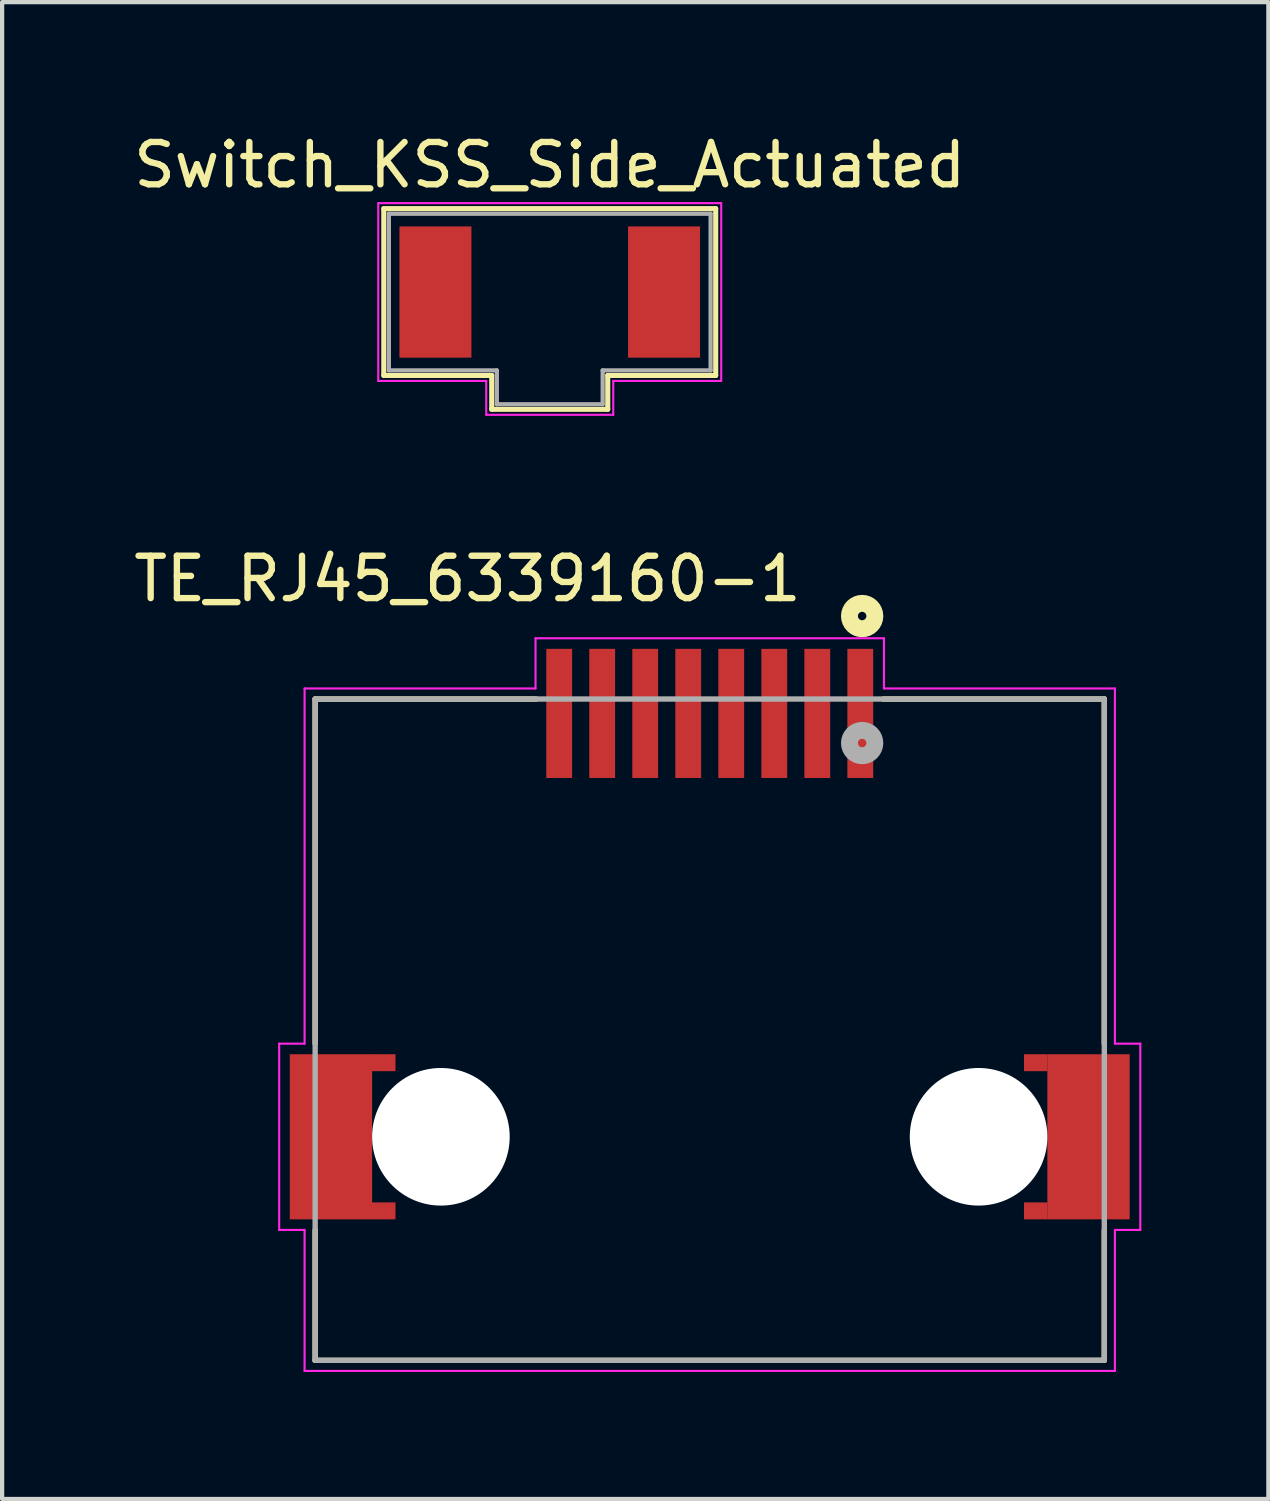
<source format=kicad_pcb>
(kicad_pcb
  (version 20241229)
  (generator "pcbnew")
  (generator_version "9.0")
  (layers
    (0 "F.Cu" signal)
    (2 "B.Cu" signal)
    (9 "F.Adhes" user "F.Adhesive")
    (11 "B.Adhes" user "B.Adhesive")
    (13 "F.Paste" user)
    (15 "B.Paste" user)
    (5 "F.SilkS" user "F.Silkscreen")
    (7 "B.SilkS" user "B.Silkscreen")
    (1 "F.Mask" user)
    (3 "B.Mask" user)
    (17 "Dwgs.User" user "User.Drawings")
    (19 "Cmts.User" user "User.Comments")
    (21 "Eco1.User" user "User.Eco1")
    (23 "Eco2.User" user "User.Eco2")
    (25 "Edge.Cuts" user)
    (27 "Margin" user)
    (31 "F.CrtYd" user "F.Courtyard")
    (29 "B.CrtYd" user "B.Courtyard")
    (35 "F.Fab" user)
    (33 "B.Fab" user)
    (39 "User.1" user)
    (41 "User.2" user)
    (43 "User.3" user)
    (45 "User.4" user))
  (footprint "TE_RJ45_6339160-1"
    (layer "F.Cu")
    (at 13.714 13.801)
    (property "Reference" "TE_RJ45_6339160-1" (at -5.722 -3.179 0) (layer "F.SilkS") (effects (font (size 1.001 1.001) (thickness 0.15))))
    (attr smd)
    (fp_line (start -9.32 -0.34) (end -4.1 -0.34) (stroke (width 0.127) (type solid)) (layer "F.SilkS"))
    (fp_line (start -9.32 7.8) (end -9.32 -0.34) (stroke (width 0.127) (type solid)) (layer "F.SilkS"))
    (fp_line (start -9.32 15.28) (end -9.32 12.2) (stroke (width 0.127) (type solid)) (layer "F.SilkS"))
    (fp_line (start 4.1 -0.34) (end 9.32 -0.34) (stroke (width 0.127) (type solid)) (layer "F.SilkS"))
    (fp_line (start 9.32 -0.34) (end 9.32 7.8) (stroke (width 0.127) (type solid)) (layer "F.SilkS"))
    (fp_line (start 9.32 12.2) (end 9.32 15.28) (stroke (width 0.127) (type solid)) (layer "F.SilkS"))
    (fp_line (start 9.32 15.28) (end -9.32 15.28) (stroke (width 0.127) (type solid)) (layer "F.SilkS"))
    (fp_circle (center 3.6 -2.3) (end 3.7 -2.3) (stroke (width 0.4) (type solid)) (fill no) (layer "F.SilkS"))
    (fp_line (start -10.17 7.8) (end -9.57 7.8) (stroke (width 0.05) (type solid)) (layer "F.CrtYd"))
    (fp_line (start -10.17 12.2) (end -10.17 7.8) (stroke (width 0.05) (type solid)) (layer "F.CrtYd"))
    (fp_line (start -9.57 -0.59) (end -4.115 -0.59) (stroke (width 0.05) (type solid)) (layer "F.CrtYd"))
    (fp_line (start -9.57 7.8) (end -9.57 -0.59) (stroke (width 0.05) (type solid)) (layer "F.CrtYd"))
    (fp_line (start -9.57 12.2) (end -10.17 12.2) (stroke (width 0.05) (type solid)) (layer "F.CrtYd"))
    (fp_line (start -9.57 15.53) (end -9.57 12.2) (stroke (width 0.05) (type solid)) (layer "F.CrtYd"))
    (fp_line (start -4.115 -1.775) (end 4.115 -1.775) (stroke (width 0.05) (type solid)) (layer "F.CrtYd"))
    (fp_line (start -4.115 -0.59) (end -4.115 -1.775) (stroke (width 0.05) (type solid)) (layer "F.CrtYd"))
    (fp_line (start 4.115 -1.775) (end 4.115 -0.59) (stroke (width 0.05) (type solid)) (layer "F.CrtYd"))
    (fp_line (start 4.115 -0.59) (end 9.57 -0.59) (stroke (width 0.05) (type solid)) (layer "F.CrtYd"))
    (fp_line (start 9.57 -0.59) (end 9.57 7.8) (stroke (width 0.05) (type solid)) (layer "F.CrtYd"))
    (fp_line (start 9.57 7.8) (end 10.17 7.8) (stroke (width 0.05) (type solid)) (layer "F.CrtYd"))
    (fp_line (start 9.57 12.2) (end 9.57 15.53) (stroke (width 0.05) (type solid)) (layer "F.CrtYd"))
    (fp_line (start 9.57 15.53) (end -9.57 15.53) (stroke (width 0.05) (type solid)) (layer "F.CrtYd"))
    (fp_line (start 10.17 7.8) (end 10.17 12.2) (stroke (width 0.05) (type solid)) (layer "F.CrtYd"))
    (fp_line (start 10.17 12.2) (end 9.57 12.2) (stroke (width 0.05) (type solid)) (layer "F.CrtYd"))
    (fp_line (start -9.32 -0.34) (end 9.32 -0.34) (stroke (width 0.127) (type solid)) (layer "F.Fab"))
    (fp_line (start -9.32 15.28) (end -9.32 -0.34) (stroke (width 0.127) (type solid)) (layer "F.Fab"))
    (fp_line (start 9.32 -0.34) (end 9.32 15.28) (stroke (width 0.127) (type solid)) (layer "F.Fab"))
    (fp_line (start 9.32 15.28) (end -9.32 15.28) (stroke (width 0.127) (type solid)) (layer "F.Fab"))
    (fp_circle (center 3.6 0.7) (end 3.7 0.7) (stroke (width 0.4) (type solid)) (fill no) (layer "F.Fab"))
    (pad "" np_thru_hole circle (at -6.35 10) (size 3.25 3.25) (drill 3.25) (layers "*.Cu" "*.Mask"))
    (pad "" np_thru_hole circle (at 6.35 10) (size 3.25 3.25) (drill 3.25) (layers "*.Cu" "*.Mask"))
    (pad "1" smd rect (at 3.556 0) (size 0.61 3.05) (layers "F.Cu" "F.Mask" "F.Paste"))
    (pad "2" smd rect (at 2.54 0) (size 0.61 3.05) (layers "F.Cu" "F.Mask" "F.Paste"))
    (pad "3" smd rect (at 1.524 0) (size 0.61 3.05) (layers "F.Cu" "F.Mask" "F.Paste"))
    (pad "4" smd rect (at 0.508 0) (size 0.61 3.05) (layers "F.Cu" "F.Mask" "F.Paste"))
    (pad "5" smd rect (at -0.508 0) (size 0.61 3.05) (layers "F.Cu" "F.Mask" "F.Paste"))
    (pad "6" smd rect (at -1.524 0) (size 0.61 3.05) (layers "F.Cu" "F.Mask" "F.Paste"))
    (pad "7" smd rect (at -2.54 0) (size 0.61 3.05) (layers "F.Cu" "F.Mask" "F.Paste"))
    (pad "8" smd rect (at -3.556 0) (size 0.61 3.05) (layers "F.Cu" "F.Mask" "F.Paste"))
    (pad "SH1" smd rect (at -8.947 10) (size 1.945 3.9) (layers "F.Cu" "F.Mask" "F.Paste"))
    (pad "SH1_1" smd rect (at -7.7 8.25) (size 0.555 0.4) (layers "F.Cu" "F.Mask" "F.Paste"))
    (pad "SH1_2" smd rect (at -7.7 11.75) (size 0.555 0.4) (layers "F.Cu" "F.Mask" "F.Paste"))
    (pad "SH2" smd rect (at 8.947 10) (size 1.945 3.9) (layers "F.Cu" "F.Mask" "F.Paste"))
    (pad "SH2_1" smd rect (at 7.7 8.25) (size 0.555 0.4) (layers "F.Cu" "F.Mask" "F.Paste"))
    (pad "SH2_2" smd rect (at 7.7 11.75) (size 0.555 0.4) (layers "F.Cu" "F.Mask" "F.Paste")))
  (footprint "Switch_KSS_Side_Actuated"
    (layer "F.Cu")
    (at 9.935 3.848)
    (property "Reference" "Switch_KSS_Side_Actuated" (at 0 -3 0) (layer "F.SilkS") (effects (font (size 1 1) (thickness 0.15))))
    (attr smd)
    (fp_line (start -3.92 -1.97) (end -3.92 1.97) (stroke (width 0.12) (type solid)) (layer "F.SilkS"))
    (fp_line (start -3.92 -1.97) (end 3.92 -1.97) (stroke (width 0.12) (type solid)) (layer "F.SilkS"))
    (fp_line (start -1.37 1.97) (end -3.92 1.97) (stroke (width 0.12) (type solid)) (layer "F.SilkS"))
    (fp_line (start -1.37 1.97) (end -1.37 2.77) (stroke (width 0.12) (type solid)) (layer "F.SilkS"))
    (fp_line (start 1.37 1.97) (end 1.37 2.77) (stroke (width 0.12) (type solid)) (layer "F.SilkS"))
    (fp_line (start 1.37 2.77) (end -1.37 2.77) (stroke (width 0.12) (type solid)) (layer "F.SilkS"))
    (fp_line (start 3.92 -1.97) (end 3.92 1.97) (stroke (width 0.12) (type solid)) (layer "F.SilkS"))
    (fp_line (start 3.92 1.97) (end 1.37 1.97) (stroke (width 0.12) (type solid)) (layer "F.SilkS"))
    (fp_line (start -4.05 -2.1) (end -4.05 2.1) (stroke (width 0.05) (type solid)) (layer "F.CrtYd"))
    (fp_line (start -4.05 2.1) (end -1.5 2.1) (stroke (width 0.05) (type solid)) (layer "F.CrtYd"))
    (fp_line (start -1.5 2.1) (end -1.5 2.9) (stroke (width 0.05) (type solid)) (layer "F.CrtYd"))
    (fp_line (start -1.5 2.9) (end 1.5 2.9) (stroke (width 0.05) (type solid)) (layer "F.CrtYd"))
    (fp_line (start 1.5 2.1) (end 1.5 2.9) (stroke (width 0.05) (type solid)) (layer "F.CrtYd"))
    (fp_line (start 4.05 -2.1) (end -4.05 -2.1) (stroke (width 0.05) (type solid)) (layer "F.CrtYd"))
    (fp_line (start 4.05 2.1) (end 1.5 2.1) (stroke (width 0.05) (type solid)) (layer "F.CrtYd"))
    (fp_line (start 4.05 2.1) (end 4.05 -2.1) (stroke (width 0.05) (type solid)) (layer "F.CrtYd"))
    (fp_line (start -3.8 -1.85) (end 3.8 -1.85) (stroke (width 0.1) (type solid)) (layer "F.Fab"))
    (fp_line (start -3.8 1.85) (end -3.8 -1.85) (stroke (width 0.1) (type solid)) (layer "F.Fab"))
    (fp_line (start -1.25 1.85) (end -3.8 1.85) (stroke (width 0.1) (type solid)) (layer "F.Fab"))
    (fp_line (start -1.25 2.65) (end -1.25 1.85) (stroke (width 0.1) (type solid)) (layer "F.Fab"))
    (fp_line (start 1.25 2.65) (end -1.25 2.65) (stroke (width 0.1) (type solid)) (layer "F.Fab"))
    (fp_line (start 1.25 2.65) (end 1.25 1.85) (stroke (width 0.1) (type solid)) (layer "F.Fab"))
    (fp_line (start 3.8 -1.85) (end 3.8 1.85) (stroke (width 0.1) (type solid)) (layer "F.Fab"))
    (fp_line (start 3.8 1.85) (end 1.25 1.85) (stroke (width 0.1) (type solid)) (layer "F.Fab"))
    (pad "1" smd rect (at -2.7 0) (size 1.7 3.1) (layers "F.Cu" "F.Mask" "F.Paste"))
    (pad "2" smd rect (at 2.7 0) (size 1.7 3.1) (layers "F.Cu" "F.Mask" "F.Paste")))
  (gr_rect
    (start -3 -3)
    (end 26.909 32.356)
    (stroke (width 0.1) (type default))
    (fill no)
    (layer "Edge.Cuts")))
</source>
